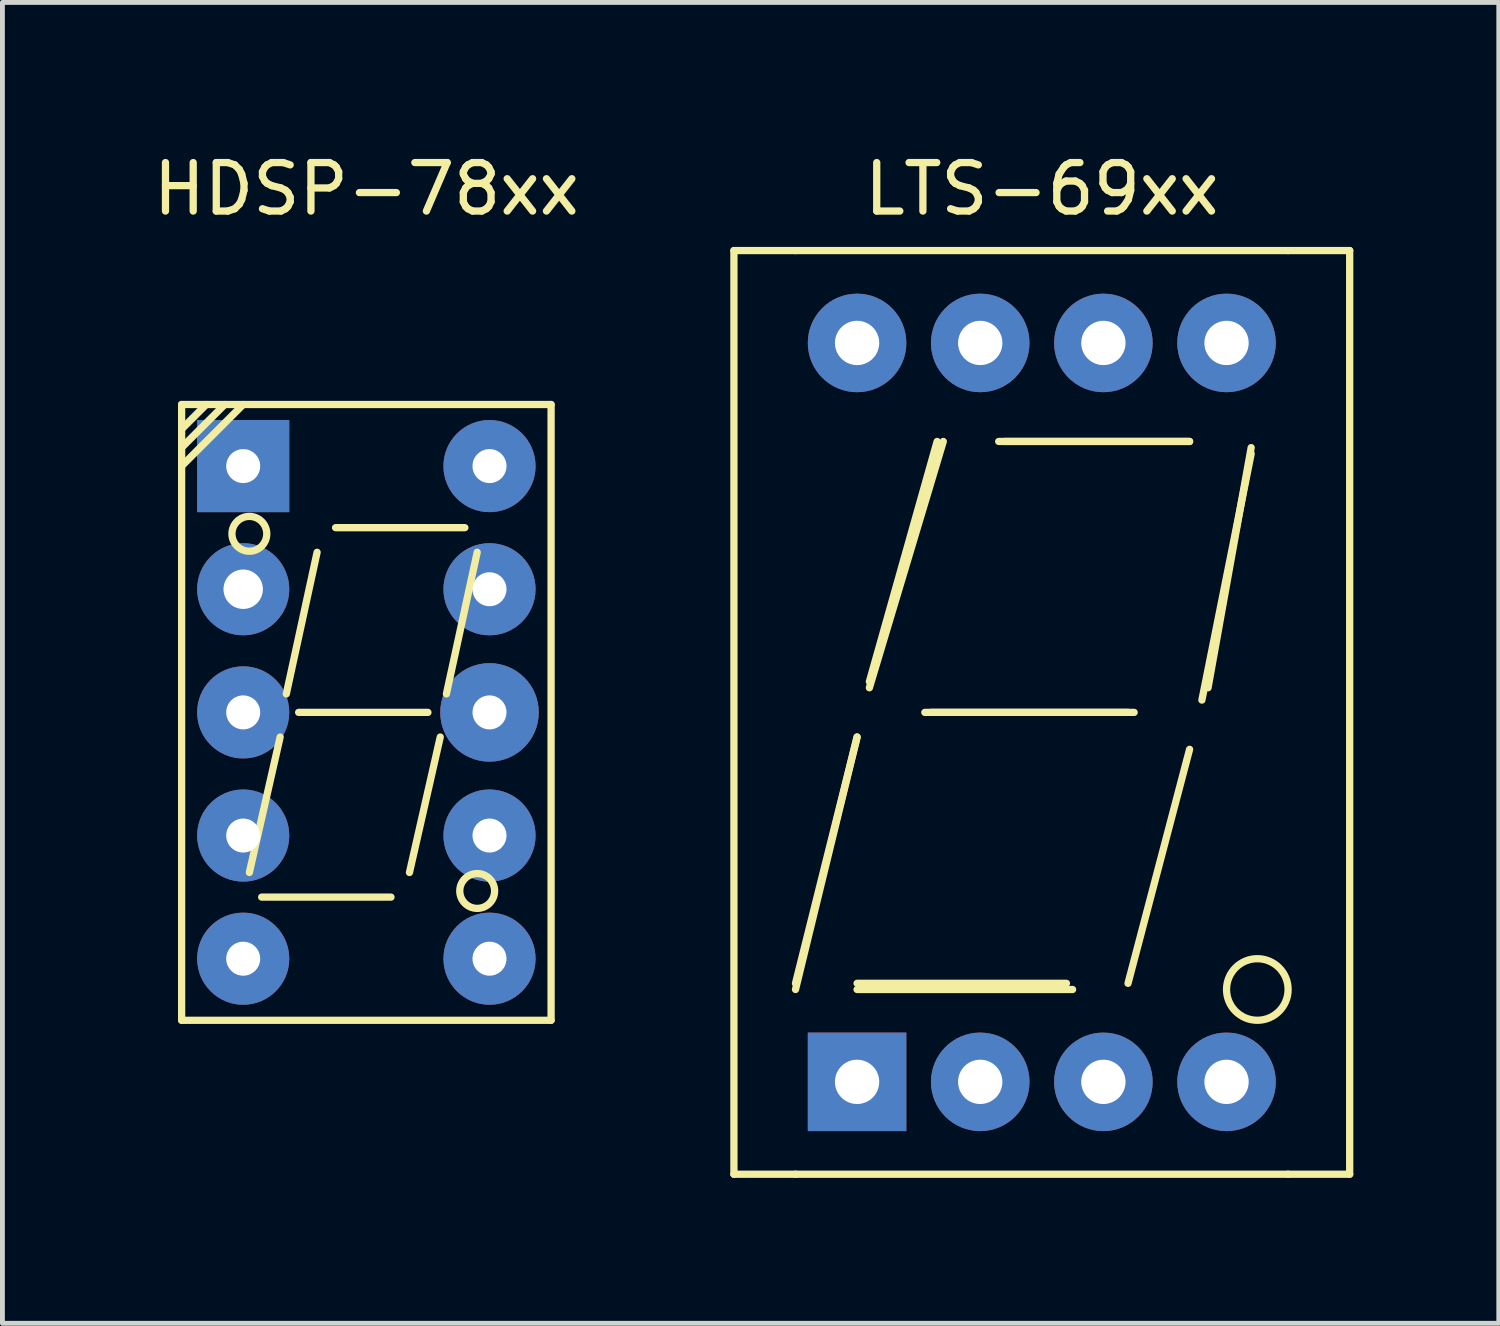
<source format=kicad_pcb>
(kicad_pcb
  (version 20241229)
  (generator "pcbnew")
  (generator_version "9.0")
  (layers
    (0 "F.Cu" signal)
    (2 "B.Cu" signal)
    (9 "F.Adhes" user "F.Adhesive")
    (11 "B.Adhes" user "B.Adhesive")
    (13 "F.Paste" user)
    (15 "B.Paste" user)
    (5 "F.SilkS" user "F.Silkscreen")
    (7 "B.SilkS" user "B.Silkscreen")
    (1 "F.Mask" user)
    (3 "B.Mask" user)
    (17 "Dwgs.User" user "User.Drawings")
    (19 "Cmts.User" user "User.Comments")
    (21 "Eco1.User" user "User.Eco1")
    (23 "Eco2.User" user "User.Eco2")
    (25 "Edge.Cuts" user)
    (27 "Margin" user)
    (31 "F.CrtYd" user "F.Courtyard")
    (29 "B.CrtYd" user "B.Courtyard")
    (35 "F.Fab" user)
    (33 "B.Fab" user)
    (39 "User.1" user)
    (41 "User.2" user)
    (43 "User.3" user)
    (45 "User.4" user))
  (footprint "HDSP-78xx"
    (layer "F.Cu")
    (at 4.506 11.643)
    (property "Reference" "HDSP-78xx" (at 0 -10.795 0) (layer "F.SilkS") (effects (font (size 1 1) (thickness 0.15))))
    (attr through_hole)
    (fp_line (start -3.81 -6.35) (end -3.81 6.35) (stroke (width 0.15) (type solid)) (layer "F.SilkS"))
    (fp_line (start -3.81 -5.842) (end -3.302 -6.35) (stroke (width 0.15) (type solid)) (layer "F.SilkS"))
    (fp_line (start -3.81 -5.461) (end -2.921 -6.35) (stroke (width 0.15) (type solid)) (layer "F.SilkS"))
    (fp_line (start -3.81 -5.08) (end -2.54 -6.35) (stroke (width 0.15) (type solid)) (layer "F.SilkS"))
    (fp_line (start -3.81 6.35) (end 3.81 6.35) (stroke (width 0.15) (type solid)) (layer "F.SilkS"))
    (fp_line (start -2.413 3.302) (end -1.778 0.508) (stroke (width 0.15) (type solid)) (layer "F.SilkS"))
    (fp_line (start -2.159 3.81) (end 0.508 3.81) (stroke (width 0.15) (type solid)) (layer "F.SilkS"))
    (fp_line (start -1.651 -0.381) (end -1.016 -3.302) (stroke (width 0.15) (type solid)) (layer "F.SilkS"))
    (fp_line (start -1.397 0) (end 1.27 0) (stroke (width 0.15) (type solid)) (layer "F.SilkS"))
    (fp_line (start -0.635 -3.81) (end 2.032 -3.81) (stroke (width 0.15) (type solid)) (layer "F.SilkS"))
    (fp_line (start 0.889 3.302) (end 1.524 0.508) (stroke (width 0.15) (type solid)) (layer "F.SilkS"))
    (fp_line (start 1.651 -0.381) (end 2.286 -3.302) (stroke (width 0.15) (type solid)) (layer "F.SilkS"))
    (fp_line (start 3.81 -6.35) (end -3.81 -6.35) (stroke (width 0.15) (type solid)) (layer "F.SilkS"))
    (fp_line (start 3.81 6.35) (end 3.81 -6.35) (stroke (width 0.15) (type solid)) (layer "F.SilkS"))
    (fp_circle (center -2.413 -3.683) (end -2.159 -3.429) (stroke (width 0.15) (type solid)) (fill no) (layer "F.SilkS"))
    (fp_circle (center 2.286 3.683) (end 2.54 3.937) (stroke (width 0.15) (type solid)) (fill no) (layer "F.SilkS"))
    (pad "" thru_hole circle (at -2.54 -2.54) (size 1.397 1.397) (drill 0.813) (layers "*.Cu" "*.Mask"))
    (pad "1" thru_hole rect (at -2.54 -5.08) (size 1.9 1.9) (drill 0.701) (layers "*.Cu" "*.Mask"))
    (pad "2" thru_hole circle (at -2.54 -2.54) (size 1.9 1.9) (drill 0.701) (layers "*.Cu" "*.Mask"))
    (pad "3" thru_hole circle (at -2.54 0) (size 1.9 1.9) (drill 0.701) (layers "*.Cu" "*.Mask"))
    (pad "4" thru_hole circle (at -2.54 2.54) (size 1.9 1.9) (drill 0.701) (layers "*.Cu" "*.Mask"))
    (pad "5" thru_hole circle (at -2.54 5.08) (size 1.9 1.9) (drill 0.701) (layers "*.Cu" "*.Mask"))
    (pad "6" thru_hole circle (at 2.54 5.08) (size 1.9 1.9) (drill 0.701) (layers "*.Cu" "*.Mask"))
    (pad "7" thru_hole circle (at 2.54 2.54) (size 1.9 1.9) (drill 0.701) (layers "*.Cu" "*.Mask"))
    (pad "8" thru_hole circle (at 2.54 0) (size 2.032 2.032) (drill 0.701) (layers "*.Cu" "*.Mask"))
    (pad "9" thru_hole circle (at 2.54 -2.54) (size 1.9 1.9) (drill 0.701) (layers "*.Cu" "*.Mask"))
    (pad "10" thru_hole circle (at 2.54 -5.08) (size 1.9 1.9) (drill 0.701) (layers "*.Cu" "*.Mask")))
  (footprint "LTS-69xx"
    (layer "F.Cu")
    (at 18.437 11.643)
    (property "Reference" "LTS-69xx" (at 0 -10.795 0) (layer "F.SilkS") (effects (font (size 1 1) (thickness 0.15))))
    (attr through_hole)
    (fp_line (start -6.35 -9.525) (end -6.35 9.525) (stroke (width 0.15) (type solid)) (layer "F.SilkS"))
    (fp_line (start -6.35 9.525) (end -5.08 9.525) (stroke (width 0.15) (type solid)) (layer "F.SilkS"))
    (fp_line (start -5.08 -9.525) (end -6.35 -9.525) (stroke (width 0.15) (type solid)) (layer "F.SilkS"))
    (fp_line (start -5.08 9.525) (end 5.08 9.525) (stroke (width 0.15) (type solid)) (layer "F.SilkS"))
    (fp_line (start -3.81 0.508) (end -5.08 5.588) (stroke (width 0.15) (type solid)) (layer "F.SilkS"))
    (fp_line (start -3.81 0.508) (end -5.08 5.715) (stroke (width 0.15) (type solid)) (layer "F.SilkS"))
    (fp_line (start -3.81 5.588) (end 0.508 5.588) (stroke (width 0.15) (type solid)) (layer "F.SilkS"))
    (fp_line (start -3.81 5.715) (end 0.635 5.715) (stroke (width 0.15) (type solid)) (layer "F.SilkS"))
    (fp_line (start -3.556 -0.635) (end -2.159 -5.588) (stroke (width 0.15) (type solid)) (layer "F.SilkS"))
    (fp_line (start -2.413 0) (end 1.905 0) (stroke (width 0.15) (type solid)) (layer "F.SilkS"))
    (fp_line (start -2.286 0) (end 1.778 0) (stroke (width 0.15) (type solid)) (layer "F.SilkS"))
    (fp_line (start -2.032 -5.588) (end -3.556 -0.508) (stroke (width 0.15) (type solid)) (layer "F.SilkS"))
    (fp_line (start -0.889 -5.588) (end 3.048 -5.588) (stroke (width 0.15) (type solid)) (layer "F.SilkS"))
    (fp_line (start -0.762 -5.588) (end 3.048 -5.588) (stroke (width 0.15) (type solid)) (layer "F.SilkS"))
    (fp_line (start 3.048 0.762) (end 1.778 5.588) (stroke (width 0.15) (type solid)) (layer "F.SilkS"))
    (fp_line (start 3.429 -0.508) (end 4.318 -5.461) (stroke (width 0.15) (type solid)) (layer "F.SilkS"))
    (fp_line (start 4.318 -5.334) (end 3.302 -0.254) (stroke (width 0.15) (type solid)) (layer "F.SilkS"))
    (fp_line (start 5.08 -9.525) (end -5.08 -9.525) (stroke (width 0.15) (type solid)) (layer "F.SilkS"))
    (fp_line (start 5.08 9.525) (end 6.35 9.525) (stroke (width 0.15) (type solid)) (layer "F.SilkS"))
    (fp_line (start 6.35 -9.525) (end 5.08 -9.525) (stroke (width 0.15) (type solid)) (layer "F.SilkS"))
    (fp_line (start 6.35 9.525) (end 6.35 -9.525) (stroke (width 0.15) (type solid)) (layer "F.SilkS"))
    (fp_circle (center 4.445 5.715) (end 5.08 5.715) (stroke (width 0.15) (type solid)) (fill no) (layer "F.SilkS"))
    (pad "1" thru_hole rect (at -3.81 7.62) (size 2.032 2.032) (drill 0.914) (layers "*.Cu" "*.Mask"))
    (pad "2" thru_hole circle (at -1.27 7.62) (size 2.032 2.032) (drill 0.914) (layers "*.Cu" "*.Mask"))
    (pad "3" thru_hole circle (at 1.27 7.62) (size 2.032 2.032) (drill 0.914) (layers "*.Cu" "*.Mask"))
    (pad "4" thru_hole circle (at 3.81 7.62) (size 2.032 2.032) (drill 0.914) (layers "*.Cu" "*.Mask"))
    (pad "5" thru_hole circle (at 3.81 -7.62) (size 2.032 2.032) (drill 0.914) (layers "*.Cu" "*.Mask"))
    (pad "6" thru_hole circle (at 1.27 -7.62) (size 2.032 2.032) (drill 0.914) (layers "*.Cu" "*.Mask"))
    (pad "7" thru_hole circle (at -1.27 -7.62) (size 2.032 2.032) (drill 0.914) (layers "*.Cu" "*.Mask"))
    (pad "8" thru_hole circle (at -3.81 -7.62) (size 2.032 2.032) (drill 0.914) (layers "*.Cu" "*.Mask")))
  (gr_rect
    (start -3 -3)
    (end 27.862 24.243)
    (stroke (width 0.1) (type default))
    (fill no)
    (layer "Edge.Cuts")))
</source>
